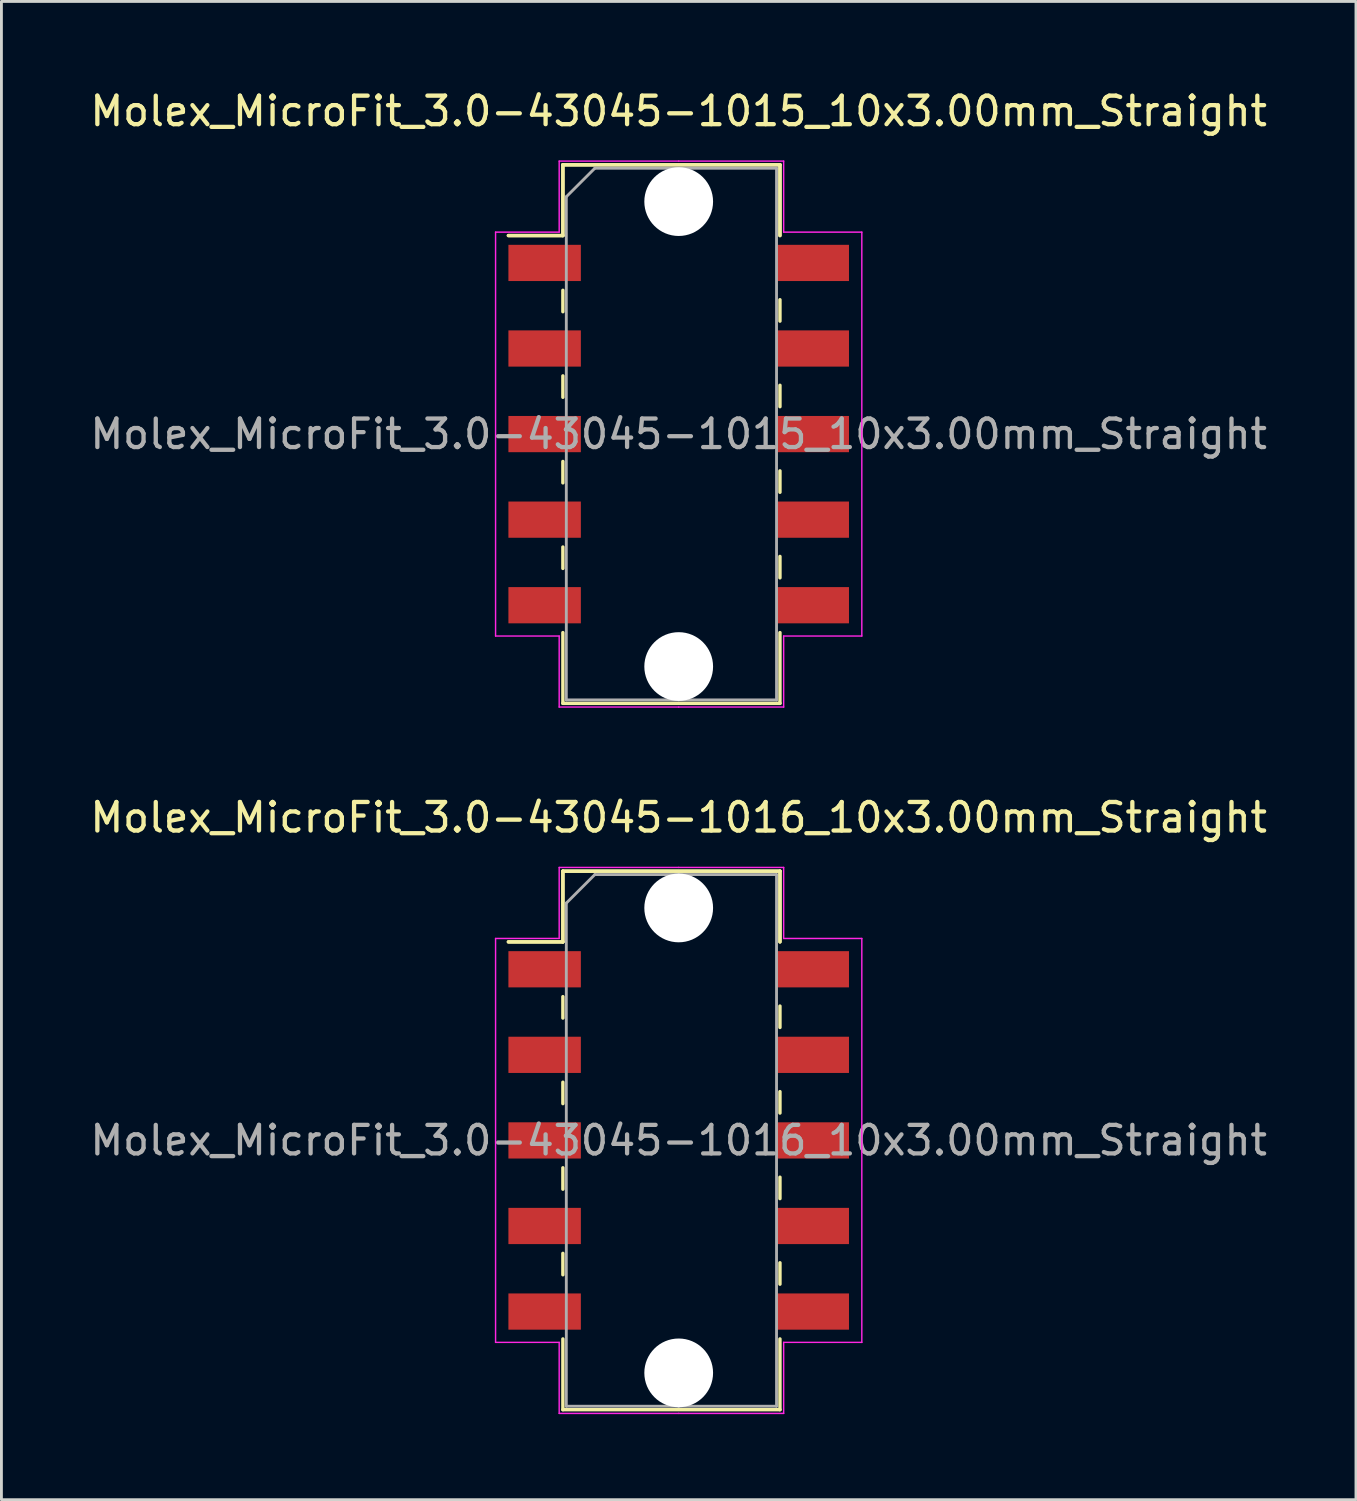
<source format=kicad_pcb>
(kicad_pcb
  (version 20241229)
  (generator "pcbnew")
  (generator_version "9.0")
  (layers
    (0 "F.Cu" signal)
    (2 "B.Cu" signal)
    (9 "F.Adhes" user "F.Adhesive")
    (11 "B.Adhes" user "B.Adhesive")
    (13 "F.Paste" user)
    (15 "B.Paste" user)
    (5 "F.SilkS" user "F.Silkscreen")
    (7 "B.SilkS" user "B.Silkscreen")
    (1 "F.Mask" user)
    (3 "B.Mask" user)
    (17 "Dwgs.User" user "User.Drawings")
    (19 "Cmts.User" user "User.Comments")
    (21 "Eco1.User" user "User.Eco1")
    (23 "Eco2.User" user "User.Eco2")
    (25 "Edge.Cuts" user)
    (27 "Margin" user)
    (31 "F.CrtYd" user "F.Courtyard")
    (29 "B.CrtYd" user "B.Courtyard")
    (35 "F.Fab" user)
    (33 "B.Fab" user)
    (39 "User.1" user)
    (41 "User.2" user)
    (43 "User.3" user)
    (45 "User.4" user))
  (footprint "Molex_MicroFit_3.0-43045-1016_10x3.00mm_Straight"
    (layer "F.Cu")
    (at 20.744 36.931)
    (property "Reference" "Molex_MicroFit_3.0-43045-1016_10x3.00mm_Straight" (at 0 -11.32 0) (layer "F.SilkS") (effects (font (size 1 1) (thickness 0.15))))
    (attr smd)
    (fp_line (start -5.97 -6.96) (end -4.06 -6.96) (stroke (width 0.12) (type solid)) (layer "F.SilkS"))
    (fp_line (start -5.97 -6.96) (end -4.06 -6.96) (stroke (width 0.12) (type solid)) (layer "F.SilkS"))
    (fp_line (start -4.06 -9.44) (end 3.55 -9.44) (stroke (width 0.12) (type solid)) (layer "F.SilkS"))
    (fp_line (start -4.06 -9.44) (end 3.55 -9.44) (stroke (width 0.12) (type solid)) (layer "F.SilkS"))
    (fp_line (start -4.06 -6.96) (end -4.06 -9.44) (stroke (width 0.12) (type solid)) (layer "F.SilkS"))
    (fp_line (start -4.06 -6.96) (end -4.06 -9.44) (stroke (width 0.12) (type solid)) (layer "F.SilkS"))
    (fp_line (start -4.06 -5.04) (end -4.06 -4.29) (stroke (width 0.12) (type solid)) (layer "F.SilkS"))
    (fp_line (start -4.06 -2.04) (end -4.06 -1.29) (stroke (width 0.12) (type solid)) (layer "F.SilkS"))
    (fp_line (start -4.06 0.96) (end -4.06 1.71) (stroke (width 0.12) (type solid)) (layer "F.SilkS"))
    (fp_line (start -4.06 3.96) (end -4.06 4.71) (stroke (width 0.12) (type solid)) (layer "F.SilkS"))
    (fp_line (start -4.06 9.44) (end -4.06 6.96) (stroke (width 0.12) (type solid)) (layer "F.SilkS"))
    (fp_line (start 3.55 -9.44) (end 3.55 -6.96) (stroke (width 0.12) (type solid)) (layer "F.SilkS"))
    (fp_line (start 3.55 -9.44) (end 3.55 -6.96) (stroke (width 0.12) (type solid)) (layer "F.SilkS"))
    (fp_line (start 3.55 -3.96) (end 3.55 -4.71) (stroke (width 0.12) (type solid)) (layer "F.SilkS"))
    (fp_line (start 3.55 -0.96) (end 3.55 -1.71) (stroke (width 0.12) (type solid)) (layer "F.SilkS"))
    (fp_line (start 3.55 2.04) (end 3.55 1.29) (stroke (width 0.12) (type solid)) (layer "F.SilkS"))
    (fp_line (start 3.55 5.04) (end 3.55 4.29) (stroke (width 0.12) (type solid)) (layer "F.SilkS"))
    (fp_line (start 3.55 6.96) (end 3.55 9.44) (stroke (width 0.12) (type solid)) (layer "F.SilkS"))
    (fp_line (start 3.55 9.44) (end -4.06 9.44) (stroke (width 0.12) (type solid)) (layer "F.SilkS"))
    (fp_line (start -6.42 -7.08) (end -4.19 -7.08) (stroke (width 0.05) (type solid)) (layer "F.CrtYd"))
    (fp_line (start -6.42 7.08) (end -6.42 -7.08) (stroke (width 0.05) (type solid)) (layer "F.CrtYd"))
    (fp_line (start -4.19 -9.57) (end 0 -9.57) (stroke (width 0.05) (type solid)) (layer "F.CrtYd"))
    (fp_line (start -4.19 -7.08) (end -4.19 -9.57) (stroke (width 0.05) (type solid)) (layer "F.CrtYd"))
    (fp_line (start -4.19 7.08) (end -6.42 7.08) (stroke (width 0.05) (type solid)) (layer "F.CrtYd"))
    (fp_line (start -4.19 9.57) (end -4.19 7.08) (stroke (width 0.05) (type solid)) (layer "F.CrtYd"))
    (fp_line (start 0 -9.57) (end 3.68 -9.57) (stroke (width 0.05) (type solid)) (layer "F.CrtYd"))
    (fp_line (start 0 9.57) (end -4.19 9.57) (stroke (width 0.05) (type solid)) (layer "F.CrtYd"))
    (fp_line (start 3.68 -9.57) (end 3.68 -7.08) (stroke (width 0.05) (type solid)) (layer "F.CrtYd"))
    (fp_line (start 3.68 -7.08) (end 6.42 -7.08) (stroke (width 0.05) (type solid)) (layer "F.CrtYd"))
    (fp_line (start 3.68 7.08) (end 3.68 9.57) (stroke (width 0.05) (type solid)) (layer "F.CrtYd"))
    (fp_line (start 3.68 9.57) (end 0 9.57) (stroke (width 0.05) (type solid)) (layer "F.CrtYd"))
    (fp_line (start 6.42 -7.08) (end 6.42 7.08) (stroke (width 0.05) (type solid)) (layer "F.CrtYd"))
    (fp_line (start 6.42 7.08) (end 3.68 7.08) (stroke (width 0.05) (type solid)) (layer "F.CrtYd"))
    (fp_line (start -3.94 -8.32) (end -2.94 -9.32) (stroke (width 0.1) (type solid)) (layer "F.Fab"))
    (fp_line (start -3.94 9.32) (end -3.94 -8.32) (stroke (width 0.1) (type solid)) (layer "F.Fab"))
    (fp_line (start -2.94 -9.32) (end 0 -9.32) (stroke (width 0.1) (type solid)) (layer "F.Fab"))
    (fp_line (start 0 -9.32) (end 3.43 -9.32) (stroke (width 0.1) (type solid)) (layer "F.Fab"))
    (fp_line (start 0 9.32) (end -3.94 9.32) (stroke (width 0.1) (type solid)) (layer "F.Fab"))
    (fp_line (start 3.43 -9.32) (end 3.43 9.32) (stroke (width 0.1) (type solid)) (layer "F.Fab"))
    (fp_line (start 3.43 9.32) (end 0 9.32) (stroke (width 0.1) (type solid)) (layer "F.Fab"))
    (fp_text user "${REFERENCE}" (at 0 0 0) (layer "F.Fab") (effects (font (size 1 1) (thickness 0.15))))
    (pad "" np_thru_hole circle (at 0 -8.15) (size 2.41 2.41) (drill 2.41) (layers "*.Cu"))
    (pad "" np_thru_hole circle (at 0 8.15) (size 2.41 2.41) (drill 2.41) (layers "*.Cu"))
    (pad "1" smd rect (at -4.7 -6) (size 2.54 1.27) (layers "F.Cu" "F.Mask" "F.Paste"))
    (pad "2" smd rect (at -4.7 -3) (size 2.54 1.27) (layers "F.Cu" "F.Mask" "F.Paste"))
    (pad "3" smd rect (at -4.7 0) (size 2.54 1.27) (layers "F.Cu" "F.Mask" "F.Paste"))
    (pad "4" smd rect (at -4.7 3) (size 2.54 1.27) (layers "F.Cu" "F.Mask" "F.Paste"))
    (pad "5" smd rect (at -4.7 6) (size 2.54 1.27) (layers "F.Cu" "F.Mask" "F.Paste"))
    (pad "6" smd rect (at 4.7 6) (size 2.54 1.27) (layers "F.Cu" "F.Mask" "F.Paste"))
    (pad "7" smd rect (at 4.7 3) (size 2.54 1.27) (layers "F.Cu" "F.Mask" "F.Paste"))
    (pad "8" smd rect (at 4.7 0) (size 2.54 1.27) (layers "F.Cu" "F.Mask" "F.Paste"))
    (pad "9" smd rect (at 4.7 -3) (size 2.54 1.27) (layers "F.Cu" "F.Mask" "F.Paste"))
    (pad "10" smd rect (at 4.7 -6) (size 2.54 1.27) (layers "F.Cu" "F.Mask" "F.Paste")))
  (footprint "Molex_MicroFit_3.0-43045-1015_10x3.00mm_Straight"
    (layer "F.Cu")
    (at 20.744 12.168)
    (property "Reference" "Molex_MicroFit_3.0-43045-1015_10x3.00mm_Straight" (at 0 -11.32 0) (layer "F.SilkS") (effects (font (size 1 1) (thickness 0.15))))
    (attr smd)
    (fp_line (start -5.97 -6.96) (end -4.06 -6.96) (stroke (width 0.12) (type solid)) (layer "F.SilkS"))
    (fp_line (start -5.97 -6.96) (end -4.06 -6.96) (stroke (width 0.12) (type solid)) (layer "F.SilkS"))
    (fp_line (start -4.06 -9.44) (end 3.55 -9.44) (stroke (width 0.12) (type solid)) (layer "F.SilkS"))
    (fp_line (start -4.06 -9.44) (end 3.55 -9.44) (stroke (width 0.12) (type solid)) (layer "F.SilkS"))
    (fp_line (start -4.06 -6.96) (end -4.06 -9.44) (stroke (width 0.12) (type solid)) (layer "F.SilkS"))
    (fp_line (start -4.06 -6.96) (end -4.06 -9.44) (stroke (width 0.12) (type solid)) (layer "F.SilkS"))
    (fp_line (start -4.06 -5.04) (end -4.06 -4.29) (stroke (width 0.12) (type solid)) (layer "F.SilkS"))
    (fp_line (start -4.06 -2.04) (end -4.06 -1.29) (stroke (width 0.12) (type solid)) (layer "F.SilkS"))
    (fp_line (start -4.06 0.96) (end -4.06 1.71) (stroke (width 0.12) (type solid)) (layer "F.SilkS"))
    (fp_line (start -4.06 3.96) (end -4.06 4.71) (stroke (width 0.12) (type solid)) (layer "F.SilkS"))
    (fp_line (start -4.06 9.44) (end -4.06 6.96) (stroke (width 0.12) (type solid)) (layer "F.SilkS"))
    (fp_line (start 3.55 -9.44) (end 3.55 -6.96) (stroke (width 0.12) (type solid)) (layer "F.SilkS"))
    (fp_line (start 3.55 -9.44) (end 3.55 -6.96) (stroke (width 0.12) (type solid)) (layer "F.SilkS"))
    (fp_line (start 3.55 -3.96) (end 3.55 -4.71) (stroke (width 0.12) (type solid)) (layer "F.SilkS"))
    (fp_line (start 3.55 -0.96) (end 3.55 -1.71) (stroke (width 0.12) (type solid)) (layer "F.SilkS"))
    (fp_line (start 3.55 2.04) (end 3.55 1.29) (stroke (width 0.12) (type solid)) (layer "F.SilkS"))
    (fp_line (start 3.55 5.04) (end 3.55 4.29) (stroke (width 0.12) (type solid)) (layer "F.SilkS"))
    (fp_line (start 3.55 6.96) (end 3.55 9.44) (stroke (width 0.12) (type solid)) (layer "F.SilkS"))
    (fp_line (start 3.55 9.44) (end -4.06 9.44) (stroke (width 0.12) (type solid)) (layer "F.SilkS"))
    (fp_line (start -6.42 -7.08) (end -4.19 -7.08) (stroke (width 0.05) (type solid)) (layer "F.CrtYd"))
    (fp_line (start -6.42 7.08) (end -6.42 -7.08) (stroke (width 0.05) (type solid)) (layer "F.CrtYd"))
    (fp_line (start -4.19 -9.57) (end 0 -9.57) (stroke (width 0.05) (type solid)) (layer "F.CrtYd"))
    (fp_line (start -4.19 -7.08) (end -4.19 -9.57) (stroke (width 0.05) (type solid)) (layer "F.CrtYd"))
    (fp_line (start -4.19 7.08) (end -6.42 7.08) (stroke (width 0.05) (type solid)) (layer "F.CrtYd"))
    (fp_line (start -4.19 9.57) (end -4.19 7.08) (stroke (width 0.05) (type solid)) (layer "F.CrtYd"))
    (fp_line (start 0 -9.57) (end 3.68 -9.57) (stroke (width 0.05) (type solid)) (layer "F.CrtYd"))
    (fp_line (start 0 9.57) (end -4.19 9.57) (stroke (width 0.05) (type solid)) (layer "F.CrtYd"))
    (fp_line (start 3.68 -9.57) (end 3.68 -7.08) (stroke (width 0.05) (type solid)) (layer "F.CrtYd"))
    (fp_line (start 3.68 -7.08) (end 6.42 -7.08) (stroke (width 0.05) (type solid)) (layer "F.CrtYd"))
    (fp_line (start 3.68 7.08) (end 3.68 9.57) (stroke (width 0.05) (type solid)) (layer "F.CrtYd"))
    (fp_line (start 3.68 9.57) (end 0 9.57) (stroke (width 0.05) (type solid)) (layer "F.CrtYd"))
    (fp_line (start 6.42 -7.08) (end 6.42 7.08) (stroke (width 0.05) (type solid)) (layer "F.CrtYd"))
    (fp_line (start 6.42 7.08) (end 3.68 7.08) (stroke (width 0.05) (type solid)) (layer "F.CrtYd"))
    (fp_line (start -3.94 -8.32) (end -2.94 -9.32) (stroke (width 0.1) (type solid)) (layer "F.Fab"))
    (fp_line (start -3.94 9.32) (end -3.94 -8.32) (stroke (width 0.1) (type solid)) (layer "F.Fab"))
    (fp_line (start -2.94 -9.32) (end 0 -9.32) (stroke (width 0.1) (type solid)) (layer "F.Fab"))
    (fp_line (start 0 -9.32) (end 3.43 -9.32) (stroke (width 0.1) (type solid)) (layer "F.Fab"))
    (fp_line (start 0 9.32) (end -3.94 9.32) (stroke (width 0.1) (type solid)) (layer "F.Fab"))
    (fp_line (start 3.43 -9.32) (end 3.43 9.32) (stroke (width 0.1) (type solid)) (layer "F.Fab"))
    (fp_line (start 3.43 9.32) (end 0 9.32) (stroke (width 0.1) (type solid)) (layer "F.Fab"))
    (fp_text user "${REFERENCE}" (at 0 0 0) (layer "F.Fab") (effects (font (size 1 1) (thickness 0.15))))
    (pad "" np_thru_hole circle (at 0 -8.15) (size 2.41 2.41) (drill 2.41) (layers "*.Cu"))
    (pad "" np_thru_hole circle (at 0 8.15) (size 2.41 2.41) (drill 2.41) (layers "*.Cu"))
    (pad "1" smd rect (at -4.7 -6) (size 2.54 1.27) (layers "F.Cu" "F.Mask" "F.Paste"))
    (pad "2" smd rect (at -4.7 -3) (size 2.54 1.27) (layers "F.Cu" "F.Mask" "F.Paste"))
    (pad "3" smd rect (at -4.7 0) (size 2.54 1.27) (layers "F.Cu" "F.Mask" "F.Paste"))
    (pad "4" smd rect (at -4.7 3) (size 2.54 1.27) (layers "F.Cu" "F.Mask" "F.Paste"))
    (pad "5" smd rect (at -4.7 6) (size 2.54 1.27) (layers "F.Cu" "F.Mask" "F.Paste"))
    (pad "6" smd rect (at 4.7 6) (size 2.54 1.27) (layers "F.Cu" "F.Mask" "F.Paste"))
    (pad "7" smd rect (at 4.7 3) (size 2.54 1.27) (layers "F.Cu" "F.Mask" "F.Paste"))
    (pad "8" smd rect (at 4.7 0) (size 2.54 1.27) (layers "F.Cu" "F.Mask" "F.Paste"))
    (pad "9" smd rect (at 4.7 -3) (size 2.54 1.27) (layers "F.Cu" "F.Mask" "F.Paste"))
    (pad "10" smd rect (at 4.7 -6) (size 2.54 1.27) (layers "F.Cu" "F.Mask" "F.Paste")))
  (gr_rect
    (start -3 -3)
    (end 44.488 49.526)
    (stroke (width 0.1) (type default))
    (fill no)
    (layer "Edge.Cuts")))
</source>
